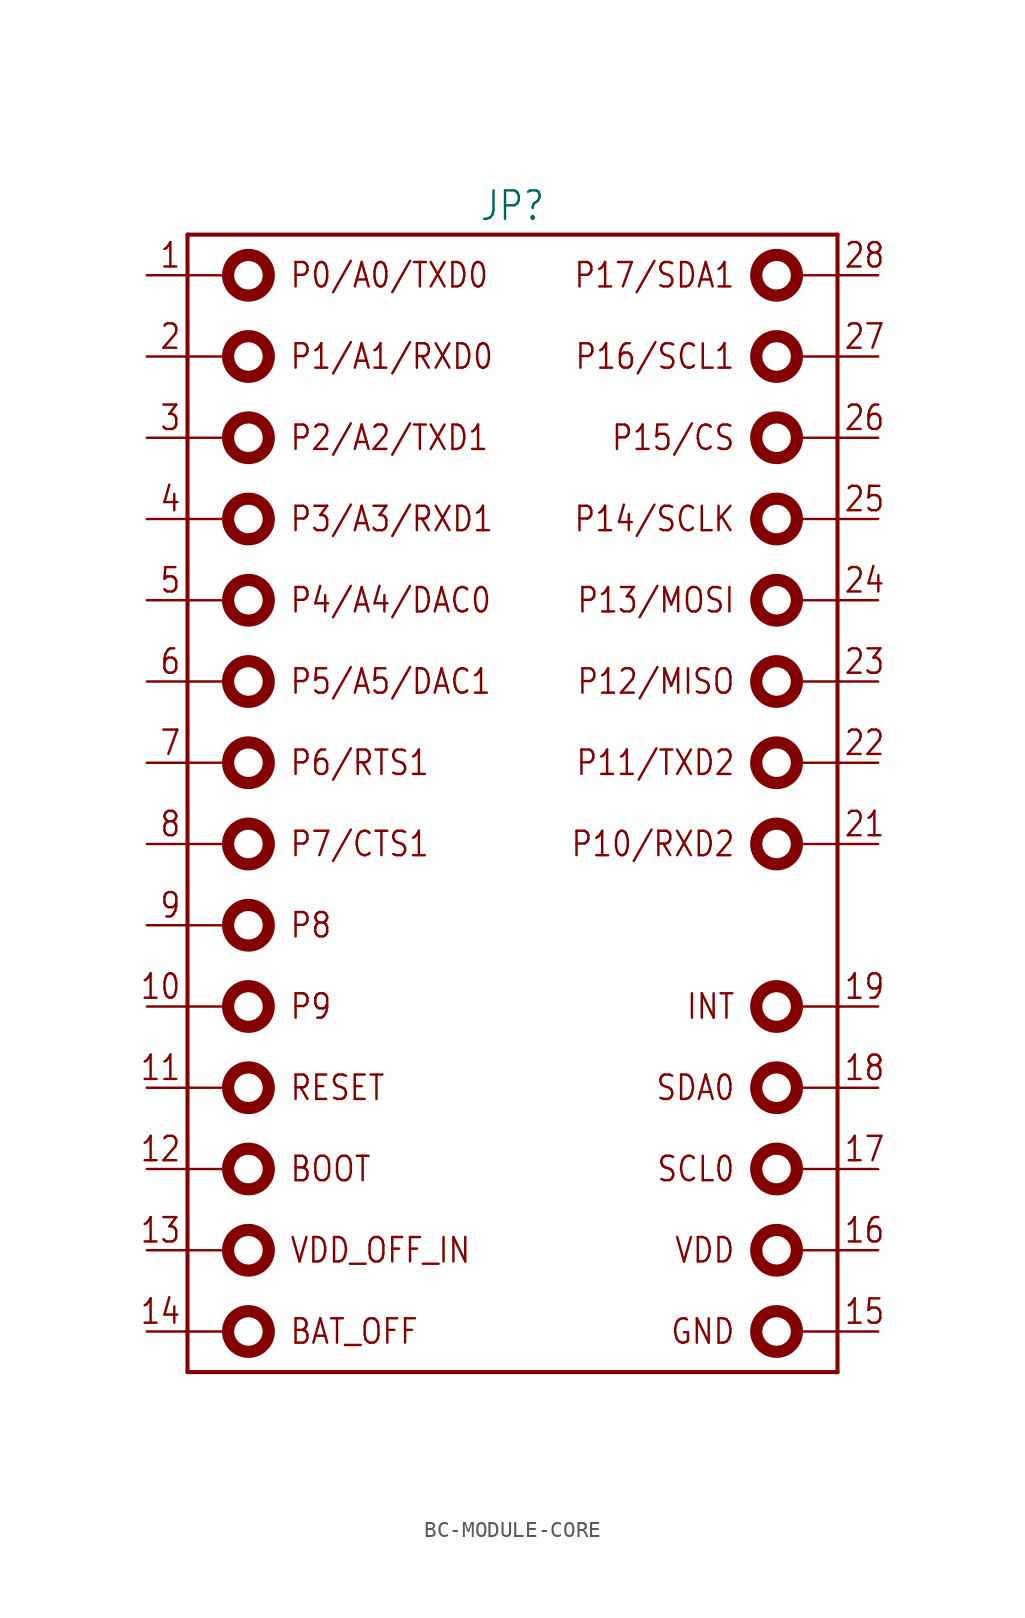
<source format=kicad_sym>
(kicad_symbol_lib
  (version 20231120)
  (generator "kicad_symbol_editor")
  (generator_version "8.0")
  (symbol "BC-MODULE-CORE"
    (property "Reference" "JP"
      (at 0 36.322 0)
      (effects (font (size 1.778 1.511)) (justify bottom)))
    (property "Value" ""
      (at 0 -36.322 0)
      (effects (font (size 1.778 1.511)) (justify top)))
    (property "ki_locked" ""
      (at 0 0 0)
      (effects (font (size 1.27 1.27))))
    (symbol "BC-MODULE-CORE_1_0"
      (circle (center -16.51 -33.02) (radius 1.27) (stroke (width 0.762) (type solid)) (fill (type none)))
      (circle (center -16.51 -27.94) (radius 1.27) (stroke (width 0.762) (type solid)) (fill (type none)))
      (circle (center -16.51 -22.86) (radius 1.27) (stroke (width 0.762) (type solid)) (fill (type none)))
      (circle (center -16.51 -17.78) (radius 1.27) (stroke (width 0.762) (type solid)) (fill (type none)))
      (circle (center -16.51 -12.7) (radius 1.27) (stroke (width 0.762) (type solid)) (fill (type none)))
      (circle (center -16.51 -7.62) (radius 1.27) (stroke (width 0.762) (type solid)) (fill (type none)))
      (circle (center -16.51 -2.54) (radius 1.27) (stroke (width 0.762) (type solid)) (fill (type none)))
      (circle (center -16.51 2.54) (radius 1.27) (stroke (width 0.762) (type solid)) (fill (type none)))
      (circle (center -16.51 7.62) (radius 1.27) (stroke (width 0.762) (type solid)) (fill (type none)))
      (circle (center -16.51 12.7) (radius 1.27) (stroke (width 0.762) (type solid)) (fill (type none)))
      (circle (center -16.51 17.78) (radius 1.27) (stroke (width 0.762) (type solid)) (fill (type none)))
      (circle (center -16.51 22.86) (radius 1.27) (stroke (width 0.762) (type solid)) (fill (type none)))
      (circle (center -16.51 27.94) (radius 1.27) (stroke (width 0.762) (type solid)) (fill (type none)))
      (circle (center -16.51 33.02) (radius 1.27) (stroke (width 0.762) (type solid)) (fill (type none)))
      (polyline (pts (xy -20.32 -33.02) (xy -20.32 -35.56)) (stroke (width 0.254) (type solid)) (fill (type none)))
      (polyline (pts (xy -20.32 -33.02) (xy -17.78 -33.02)) (stroke (width 0.152) (type solid)) (fill (type none)))
      (polyline (pts (xy -20.32 -27.94) (xy -17.78 -27.94)) (stroke (width 0.152) (type solid)) (fill (type none)))
      (polyline (pts (xy -20.32 -22.86) (xy -20.32 -33.02)) (stroke (width 0.254) (type solid)) (fill (type none)))
      (polyline (pts (xy -20.32 -22.86) (xy -17.78 -22.86)) (stroke (width 0.152) (type solid)) (fill (type none)))
      (polyline (pts (xy -20.32 -17.78) (xy -20.32 -22.86)) (stroke (width 0.254) (type solid)) (fill (type none)))
      (polyline (pts (xy -20.32 -17.78) (xy -17.78 -17.78)) (stroke (width 0.152) (type solid)) (fill (type none)))
      (polyline (pts (xy -20.32 -12.7) (xy -20.32 -17.78)) (stroke (width 0.254) (type solid)) (fill (type none)))
      (polyline (pts (xy -20.32 -12.7) (xy -17.78 -12.7)) (stroke (width 0.152) (type solid)) (fill (type none)))
      (polyline (pts (xy -20.32 -7.62) (xy -20.32 -12.7)) (stroke (width 0.254) (type solid)) (fill (type none)))
      (polyline (pts (xy -20.32 -7.62) (xy -17.78 -7.62)) (stroke (width 0.152) (type solid)) (fill (type none)))
      (polyline (pts (xy -20.32 -2.54) (xy -20.32 -7.62)) (stroke (width 0.254) (type solid)) (fill (type none)))
      (polyline (pts (xy -20.32 -2.54) (xy -17.78 -2.54)) (stroke (width 0.152) (type solid)) (fill (type none)))
      (polyline (pts (xy -20.32 2.54) (xy -20.32 -2.54)) (stroke (width 0.254) (type solid)) (fill (type none)))
      (polyline (pts (xy -20.32 2.54) (xy -17.78 2.54)) (stroke (width 0.152) (type solid)) (fill (type none)))
      (polyline (pts (xy -20.32 7.62) (xy -20.32 2.54)) (stroke (width 0.254) (type solid)) (fill (type none)))
      (polyline (pts (xy -20.32 7.62) (xy -17.78 7.62)) (stroke (width 0.152) (type solid)) (fill (type none)))
      (polyline (pts (xy -20.32 12.7) (xy -20.32 7.62)) (stroke (width 0.254) (type solid)) (fill (type none)))
      (polyline (pts (xy -20.32 12.7) (xy -17.78 12.7)) (stroke (width 0.152) (type solid)) (fill (type none)))
      (polyline (pts (xy -20.32 17.78) (xy -20.32 12.7)) (stroke (width 0.254) (type solid)) (fill (type none)))
      (polyline (pts (xy -20.32 17.78) (xy -17.78 17.78)) (stroke (width 0.152) (type solid)) (fill (type none)))
      (polyline (pts (xy -20.32 22.86) (xy -20.32 17.78)) (stroke (width 0.254) (type solid)) (fill (type none)))
      (polyline (pts (xy -20.32 22.86) (xy -17.78 22.86)) (stroke (width 0.152) (type solid)) (fill (type none)))
      (polyline (pts (xy -20.32 27.94) (xy -20.32 22.86)) (stroke (width 0.254) (type solid)) (fill (type none)))
      (polyline (pts (xy -20.32 27.94) (xy -17.78 27.94)) (stroke (width 0.152) (type solid)) (fill (type none)))
      (polyline (pts (xy -20.32 33.02) (xy -20.32 27.94)) (stroke (width 0.254) (type solid)) (fill (type none)))
      (polyline (pts (xy -20.32 33.02) (xy -17.78 33.02)) (stroke (width 0.152) (type solid)) (fill (type none)))
      (polyline (pts (xy -20.32 35.56) (xy -20.32 33.02)) (stroke (width 0.254) (type solid)) (fill (type none)))
      (polyline (pts (xy -20.32 35.56) (xy 20.32 35.56)) (stroke (width 0.254) (type solid)) (fill (type none)))
      (polyline (pts (xy 20.32 -35.56) (xy -20.32 -35.56)) (stroke (width 0.254) (type solid)) (fill (type none)))
      (polyline (pts (xy 20.32 -33.02) (xy 17.78 -33.02)) (stroke (width 0.152) (type solid)) (fill (type none)))
      (polyline (pts (xy 20.32 -33.02) (xy 20.32 -35.56)) (stroke (width 0.254) (type solid)) (fill (type none)))
      (polyline (pts (xy 20.32 -27.94) (xy 17.78 -27.94)) (stroke (width 0.152) (type solid)) (fill (type none)))
      (polyline (pts (xy 20.32 -27.94) (xy 20.32 -33.02)) (stroke (width 0.254) (type solid)) (fill (type none)))
      (polyline (pts (xy 20.32 -22.86) (xy 17.78 -22.86)) (stroke (width 0.152) (type solid)) (fill (type none)))
      (polyline (pts (xy 20.32 -22.86) (xy 20.32 -27.94)) (stroke (width 0.254) (type solid)) (fill (type none)))
      (polyline (pts (xy 20.32 -17.78) (xy 17.78 -17.78)) (stroke (width 0.152) (type solid)) (fill (type none)))
      (polyline (pts (xy 20.32 -17.78) (xy 20.32 -22.86)) (stroke (width 0.254) (type solid)) (fill (type none)))
      (polyline (pts (xy 20.32 -12.7) (xy 17.78 -12.7)) (stroke (width 0.152) (type solid)) (fill (type none)))
      (polyline (pts (xy 20.32 -12.7) (xy 20.32 -17.78)) (stroke (width 0.254) (type solid)) (fill (type none)))
      (polyline (pts (xy 20.32 -2.54) (xy 17.78 -2.54)) (stroke (width 0.152) (type solid)) (fill (type none)))
      (polyline (pts (xy 20.32 -2.54) (xy 20.32 -12.7)) (stroke (width 0.254) (type solid)) (fill (type none)))
      (polyline (pts (xy 20.32 2.54) (xy 17.78 2.54)) (stroke (width 0.152) (type solid)) (fill (type none)))
      (polyline (pts (xy 20.32 2.54) (xy 20.32 -2.54)) (stroke (width 0.254) (type solid)) (fill (type none)))
      (polyline (pts (xy 20.32 7.62) (xy 17.78 7.62)) (stroke (width 0.152) (type solid)) (fill (type none)))
      (polyline (pts (xy 20.32 7.62) (xy 20.32 2.54)) (stroke (width 0.254) (type solid)) (fill (type none)))
      (polyline (pts (xy 20.32 12.7) (xy 17.78 12.7)) (stroke (width 0.152) (type solid)) (fill (type none)))
      (polyline (pts (xy 20.32 12.7) (xy 20.32 7.62)) (stroke (width 0.254) (type solid)) (fill (type none)))
      (polyline (pts (xy 20.32 17.78) (xy 17.78 17.78)) (stroke (width 0.152) (type solid)) (fill (type none)))
      (polyline (pts (xy 20.32 17.78) (xy 20.32 12.7)) (stroke (width 0.254) (type solid)) (fill (type none)))
      (polyline (pts (xy 20.32 22.86) (xy 17.78 22.86)) (stroke (width 0.152) (type solid)) (fill (type none)))
      (polyline (pts (xy 20.32 22.86) (xy 20.32 17.78)) (stroke (width 0.254) (type solid)) (fill (type none)))
      (polyline (pts (xy 20.32 27.94) (xy 17.78 27.94)) (stroke (width 0.152) (type solid)) (fill (type none)))
      (polyline (pts (xy 20.32 27.94) (xy 20.32 22.86)) (stroke (width 0.254) (type solid)) (fill (type none)))
      (polyline (pts (xy 20.32 33.02) (xy 17.78 33.02)) (stroke (width 0.152) (type solid)) (fill (type none)))
      (polyline (pts (xy 20.32 33.02) (xy 20.32 27.94)) (stroke (width 0.254) (type solid)) (fill (type none)))
      (polyline (pts (xy 20.32 35.56) (xy 20.32 33.02)) (stroke (width 0.254) (type solid)) (fill (type none)))
      (circle (center 16.51 -33.02) (radius 1.27) (stroke (width 0.762) (type solid)) (fill (type none)))
      (circle (center 16.51 -27.94) (radius 1.27) (stroke (width 0.762) (type solid)) (fill (type none)))
      (circle (center 16.51 -22.86) (radius 1.27) (stroke (width 0.762) (type solid)) (fill (type none)))
      (circle (center 16.51 -17.78) (radius 1.27) (stroke (width 0.762) (type solid)) (fill (type none)))
      (circle (center 16.51 -12.7) (radius 1.27) (stroke (width 0.762) (type solid)) (fill (type none)))
      (circle (center 16.51 -2.54) (radius 1.27) (stroke (width 0.762) (type solid)) (fill (type none)))
      (circle (center 16.51 2.54) (radius 1.27) (stroke (width 0.762) (type solid)) (fill (type none)))
      (circle (center 16.51 7.62) (radius 1.27) (stroke (width 0.762) (type solid)) (fill (type none)))
      (circle (center 16.51 12.7) (radius 1.27) (stroke (width 0.762) (type solid)) (fill (type none)))
      (circle (center 16.51 17.78) (radius 1.27) (stroke (width 0.762) (type solid)) (fill (type none)))
      (circle (center 16.51 22.86) (radius 1.27) (stroke (width 0.762) (type solid)) (fill (type none)))
      (circle (center 16.51 27.94) (radius 1.27) (stroke (width 0.762) (type solid)) (fill (type none)))
      (circle (center 16.51 33.02) (radius 1.27) (stroke (width 0.762) (type solid)) (fill (type none)))
      (text "1" (at -20.676 33.376 0) (effects (font (size 1.524 1.295)) (justify right bottom)))
      (text "10" (at -20.676 -12.344 0) (effects (font (size 1.524 1.295)) (justify right bottom)))
      (text "11" (at -20.676 -17.424 0) (effects (font (size 1.524 1.295)) (justify right bottom)))
      (text "12" (at -20.676 -22.504 0) (effects (font (size 1.524 1.295)) (justify right bottom)))
      (text "13" (at -20.676 -27.584 0) (effects (font (size 1.524 1.295)) (justify right bottom)))
      (text "14" (at -20.676 -32.664 0) (effects (font (size 1.524 1.295)) (justify right bottom)))
      (text "15" (at 20.676 -32.664 0) (effects (font (size 1.524 1.295)) (justify left bottom)))
      (text "16" (at 20.676 -27.584 0) (effects (font (size 1.524 1.295)) (justify left bottom)))
      (text "17" (at 20.676 -22.504 0) (effects (font (size 1.524 1.295)) (justify left bottom)))
      (text "18" (at 20.676 -17.424 0) (effects (font (size 1.524 1.295)) (justify left bottom)))
      (text "19" (at 20.676 -12.344 0) (effects (font (size 1.524 1.295)) (justify left bottom)))
      (text "2" (at -20.676 28.296 0) (effects (font (size 1.524 1.295)) (justify right bottom)))
      (text "21" (at 20.676 -2.184 0) (effects (font (size 1.524 1.295)) (justify left bottom)))
      (text "22" (at 20.676 2.896 0) (effects (font (size 1.524 1.295)) (justify left bottom)))
      (text "23" (at 20.676 7.976 0) (effects (font (size 1.524 1.295)) (justify left bottom)))
      (text "24" (at 20.676 13.056 0) (effects (font (size 1.524 1.295)) (justify left bottom)))
      (text "25" (at 20.676 18.136 0) (effects (font (size 1.524 1.295)) (justify left bottom)))
      (text "26" (at 20.676 23.216 0) (effects (font (size 1.524 1.295)) (justify left bottom)))
      (text "27" (at 20.676 28.296 0) (effects (font (size 1.524 1.295)) (justify left bottom)))
      (text "28" (at 20.676 33.376 0) (effects (font (size 1.524 1.295)) (justify left bottom)))
      (text "3" (at -20.676 23.216 0) (effects (font (size 1.524 1.295)) (justify right bottom)))
      (text "4" (at -20.676 18.136 0) (effects (font (size 1.524 1.295)) (justify right bottom)))
      (text "5" (at -20.676 13.056 0) (effects (font (size 1.524 1.295)) (justify right bottom)))
      (text "6" (at -20.676 7.976 0) (effects (font (size 1.524 1.295)) (justify right bottom)))
      (text "7" (at -20.676 2.896 0) (effects (font (size 1.524 1.295)) (justify right bottom)))
      (text "8" (at -20.676 -2.184 0) (effects (font (size 1.524 1.295)) (justify right bottom)))
      (text "9" (at -20.676 -7.264 0) (effects (font (size 1.524 1.295)) (justify right bottom)))
      (text "BAT_OFF" (at -13.97 -33.02 0) (effects (font (size 1.524 1.295)) (justify left)))
      (text "BOOT" (at -13.97 -22.86 0) (effects (font (size 1.524 1.295)) (justify left)))
      (text "GND" (at 13.97 -33.02 0) (effects (font (size 1.524 1.295)) (justify right)))
      (text "INT" (at 13.97 -12.7 0) (effects (font (size 1.524 1.295)) (justify right)))
      (text "P0/A0/TXD0" (at -13.97 33.02 0) (effects (font (size 1.524 1.295)) (justify left)))
      (text "P1/A1/RXD0" (at -13.97 27.94 0) (effects (font (size 1.524 1.295)) (justify left)))
      (text "P10/RXD2" (at 13.97 -2.54 0) (effects (font (size 1.524 1.295)) (justify right)))
      (text "P11/TXD2" (at 13.97 2.54 0) (effects (font (size 1.524 1.295)) (justify right)))
      (text "P12/MISO" (at 13.97 7.62 0) (effects (font (size 1.524 1.295)) (justify right)))
      (text "P13/MOSI" (at 13.97 12.7 0) (effects (font (size 1.524 1.295)) (justify right)))
      (text "P14/SCLK" (at 13.97 17.78 0) (effects (font (size 1.524 1.295)) (justify right)))
      (text "P15/CS" (at 13.97 22.86 0) (effects (font (size 1.524 1.295)) (justify right)))
      (text "P16/SCL1" (at 13.97 27.94 0) (effects (font (size 1.524 1.295)) (justify right)))
      (text "P17/SDA1" (at 13.97 33.02 0) (effects (font (size 1.524 1.295)) (justify right)))
      (text "P2/A2/TXD1" (at -13.97 22.86 0) (effects (font (size 1.524 1.295)) (justify left)))
      (text "P3/A3/RXD1" (at -13.97 17.78 0) (effects (font (size 1.524 1.295)) (justify left)))
      (text "P4/A4/DAC0" (at -13.97 12.7 0) (effects (font (size 1.524 1.295)) (justify left)))
      (text "P5/A5/DAC1" (at -13.97 7.62 0) (effects (font (size 1.524 1.295)) (justify left)))
      (text "P6/RTS1" (at -13.97 2.54 0) (effects (font (size 1.524 1.295)) (justify left)))
      (text "P7/CTS1" (at -13.97 -2.54 0) (effects (font (size 1.524 1.295)) (justify left)))
      (text "P8" (at -13.97 -7.62 0) (effects (font (size 1.524 1.295)) (justify left)))
      (text "P9" (at -13.97 -12.7 0) (effects (font (size 1.524 1.295)) (justify left)))
      (text "RESET" (at -13.97 -17.78 0) (effects (font (size 1.524 1.295)) (justify left)))
      (text "SCL0" (at 13.97 -22.86 0) (effects (font (size 1.524 1.295)) (justify right)))
      (text "SDA0" (at 13.97 -17.78 0) (effects (font (size 1.524 1.295)) (justify right)))
      (text "VDD" (at 13.97 -27.94 0) (effects (font (size 1.524 1.295)) (justify right)))
      (text "VDD_OFF_IN" (at -13.97 -27.94 0) (effects (font (size 1.524 1.295)) (justify left)))
      (pin passive line (at -22.86 33.02 0) (length 2.54) (name "P0/A0/TXD0" (effects (font (size 0 0)))) (number "1" (effects (font (size 0 0)))))
      (pin passive line (at -22.86 -12.7 0) (length 2.54) (name "P9" (effects (font (size 0 0)))) (number "10" (effects (font (size 0 0)))))
      (pin passive line (at -22.86 -17.78 0) (length 2.54) (name "RESET" (effects (font (size 0 0)))) (number "11" (effects (font (size 0 0)))))
      (pin passive line (at -22.86 -22.86 0) (length 2.54) (name "BOOT" (effects (font (size 0 0)))) (number "12" (effects (font (size 0 0)))))
      (pin passive line (at -22.86 -27.94 0) (length 2.54) (name "VDD_OFF_IN" (effects (font (size 0 0)))) (number "13" (effects (font (size 0 0)))))
      (pin passive line (at -22.86 -33.02 0) (length 2.54) (name "BAT_OFF" (effects (font (size 0 0)))) (number "14" (effects (font (size 0 0)))))
      (pin passive line (at 22.86 -33.02 180) (length 2.54) (name "GND" (effects (font (size 0 0)))) (number "15" (effects (font (size 0 0)))))
      (pin passive line (at 22.86 -27.94 180) (length 2.54) (name "VDD" (effects (font (size 0 0)))) (number "16" (effects (font (size 0 0)))))
      (pin passive line (at 22.86 -22.86 180) (length 2.54) (name "SCL0" (effects (font (size 0 0)))) (number "17" (effects (font (size 0 0)))))
      (pin passive line (at 22.86 -17.78 180) (length 2.54) (name "SDA0" (effects (font (size 0 0)))) (number "18" (effects (font (size 0 0)))))
      (pin passive line (at 22.86 -12.7 180) (length 2.54) (name "INT" (effects (font (size 0 0)))) (number "19" (effects (font (size 0 0)))))
      (pin passive line (at -22.86 27.94 0) (length 2.54) (name "P1/A1/RXD0" (effects (font (size 0 0)))) (number "2" (effects (font (size 0 0)))))
      (pin passive line (at 22.86 -2.54 180) (length 2.54) (name "P10/RXD2" (effects (font (size 0 0)))) (number "21" (effects (font (size 0 0)))))
      (pin passive line (at 22.86 2.54 180) (length 2.54) (name "P11/TXD2" (effects (font (size 0 0)))) (number "22" (effects (font (size 0 0)))))
      (pin passive line (at 22.86 7.62 180) (length 2.54) (name "P12/MISO" (effects (font (size 0 0)))) (number "23" (effects (font (size 0 0)))))
      (pin passive line (at 22.86 12.7 180) (length 2.54) (name "P13/MOSI" (effects (font (size 0 0)))) (number "24" (effects (font (size 0 0)))))
      (pin passive line (at 22.86 17.78 180) (length 2.54) (name "P14/SCLK" (effects (font (size 0 0)))) (number "25" (effects (font (size 0 0)))))
      (pin passive line (at 22.86 22.86 180) (length 2.54) (name "P15/CS" (effects (font (size 0 0)))) (number "26" (effects (font (size 0 0)))))
      (pin passive line (at 22.86 27.94 180) (length 2.54) (name "P16/SCL1" (effects (font (size 0 0)))) (number "27" (effects (font (size 0 0)))))
      (pin passive line (at 22.86 33.02 180) (length 2.54) (name "P17/SDA1" (effects (font (size 0 0)))) (number "28" (effects (font (size 0 0)))))
      (pin passive line (at -22.86 22.86 0) (length 2.54) (name "P2/A2/TXD1" (effects (font (size 0 0)))) (number "3" (effects (font (size 0 0)))))
      (pin passive line (at -22.86 17.78 0) (length 2.54) (name "P3/A3/RXD1" (effects (font (size 0 0)))) (number "4" (effects (font (size 0 0)))))
      (pin passive line (at -22.86 12.7 0) (length 2.54) (name "P4/A4/DAC0" (effects (font (size 0 0)))) (number "5" (effects (font (size 0 0)))))
      (pin passive line (at -22.86 7.62 0) (length 2.54) (name "P5/A5/DAC1" (effects (font (size 0 0)))) (number "6" (effects (font (size 0 0)))))
      (pin passive line (at -22.86 2.54 0) (length 2.54) (name "P6/RTS1" (effects (font (size 0 0)))) (number "7" (effects (font (size 0 0)))))
      (pin passive line (at -22.86 -2.54 0) (length 2.54) (name "P7/CTS1" (effects (font (size 0 0)))) (number "8" (effects (font (size 0 0)))))
      (pin passive line (at -22.86 -7.62 0) (length 2.54) (name "P8" (effects (font (size 0 0)))) (number "9" (effects (font (size 0 0))))))))
</source>
